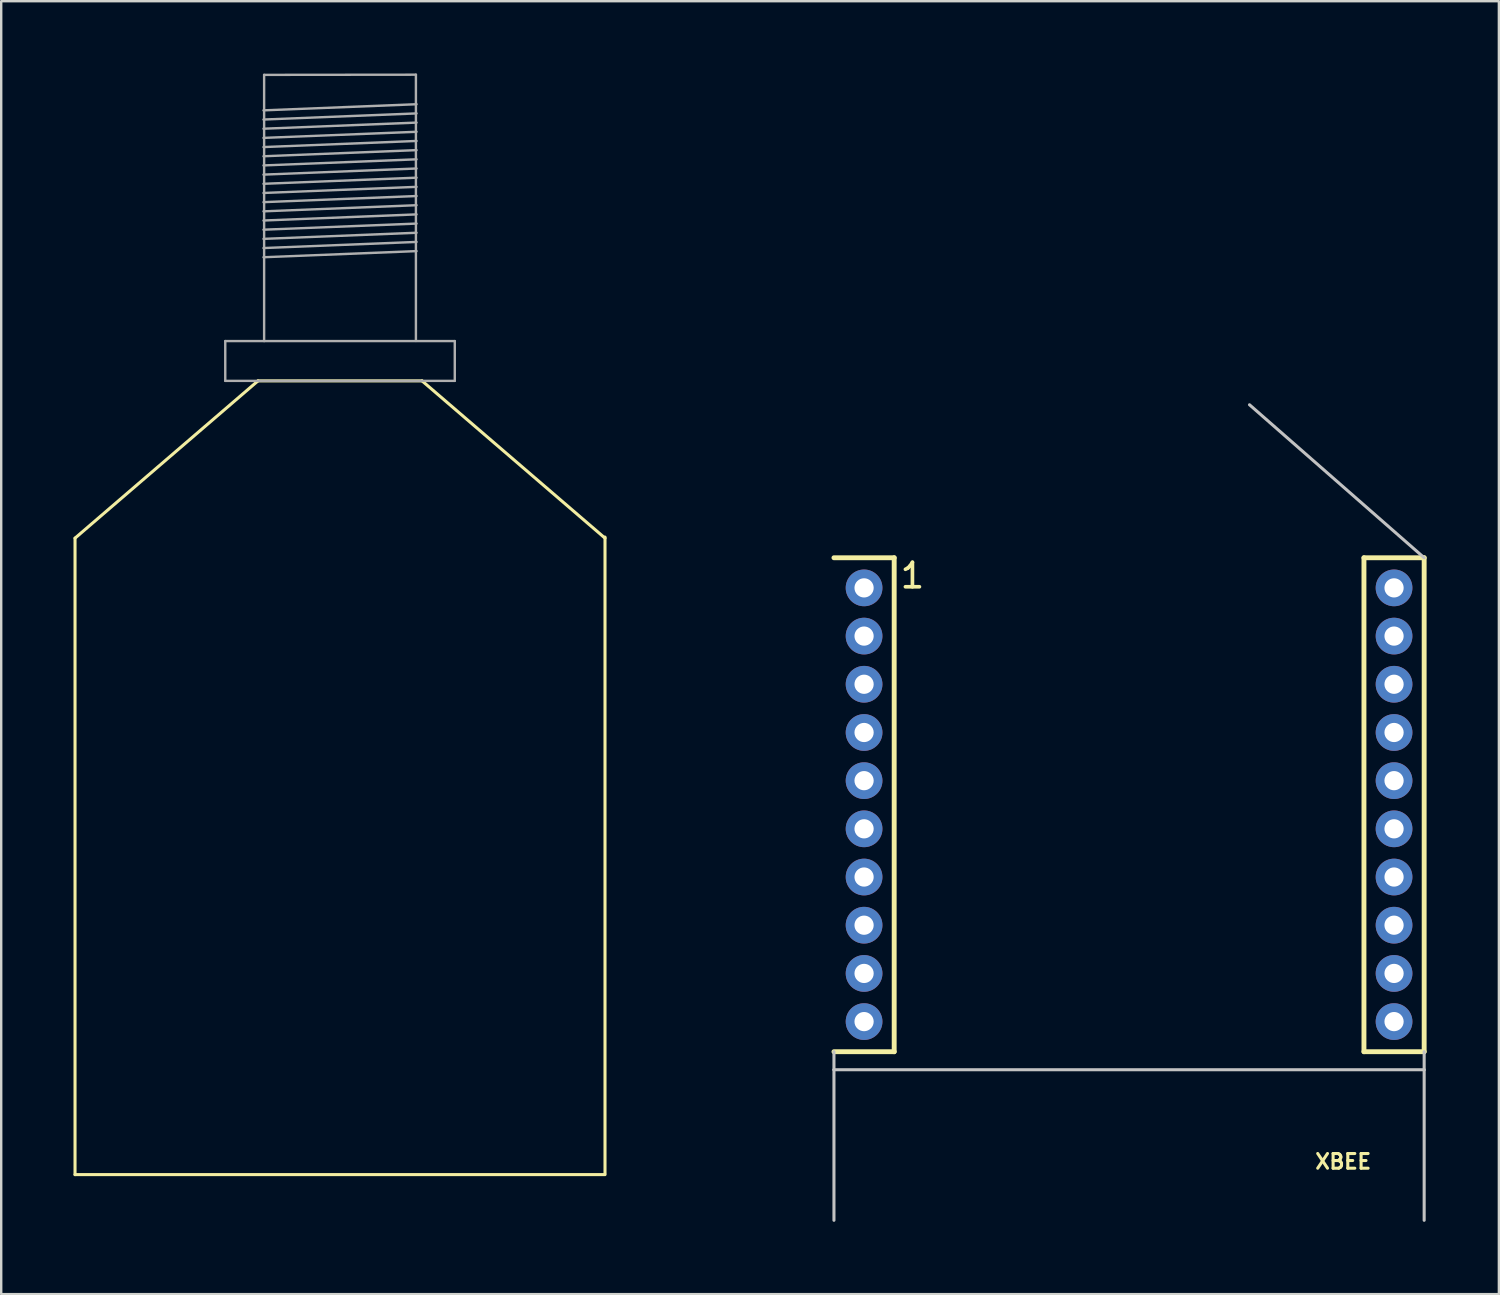
<source format=kicad_pcb>
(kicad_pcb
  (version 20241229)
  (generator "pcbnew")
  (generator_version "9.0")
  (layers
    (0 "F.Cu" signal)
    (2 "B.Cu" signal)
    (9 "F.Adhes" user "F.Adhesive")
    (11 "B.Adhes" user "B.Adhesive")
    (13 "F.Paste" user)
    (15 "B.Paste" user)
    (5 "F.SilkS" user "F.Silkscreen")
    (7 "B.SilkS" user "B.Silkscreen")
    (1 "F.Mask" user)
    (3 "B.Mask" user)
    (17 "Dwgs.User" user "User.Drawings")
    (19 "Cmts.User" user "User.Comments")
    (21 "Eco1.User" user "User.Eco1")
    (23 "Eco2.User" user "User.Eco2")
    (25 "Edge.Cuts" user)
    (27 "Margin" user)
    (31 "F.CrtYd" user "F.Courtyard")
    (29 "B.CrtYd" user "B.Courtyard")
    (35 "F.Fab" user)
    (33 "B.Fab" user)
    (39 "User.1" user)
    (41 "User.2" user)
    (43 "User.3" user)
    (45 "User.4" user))
  (footprint "XBEE"
    (layer "F.Cu")
    (at 11.062 45.701)
    (property "Reference" "XBEE" (at 41.638 -0.542 0) (layer "F.SilkS") (effects (font (size 0.61 0.61) (thickness 0.127))))
    (attr exclude_from_pos_files exclude_from_bom)
    (fp_line (start -10.998 -26.416) (end -10.998 0) (stroke (width 0.127) (type solid)) (layer "F.SilkS"))
    (fp_line (start -10.998 -26.416) (end -3.404 -32.944) (stroke (width 0.127) (type solid)) (layer "F.SilkS"))
    (fp_line (start -10.998 0) (end 10.998 0) (stroke (width 0.127) (type solid)) (layer "F.SilkS"))
    (fp_line (start -3.404 -32.944) (end 3.404 -32.944) (stroke (width 0.127) (type solid)) (layer "F.SilkS"))
    (fp_line (start 10.998 -26.46) (end 10.998 -0.044) (stroke (width 0.127) (type solid)) (layer "F.SilkS"))
    (fp_line (start 10.998 -26.416) (end 3.404 -32.944) (stroke (width 0.127) (type solid)) (layer "F.SilkS"))
    (fp_line (start 20.5 -5.101) (end 23 -5.101) (stroke (width 0.203) (type solid)) (layer "F.SilkS"))
    (fp_line (start 23 -25.602) (end 20.5 -25.602) (stroke (width 0.203) (type solid)) (layer "F.SilkS"))
    (fp_line (start 23 -25.602) (end 23 -5.101) (stroke (width 0.203) (type solid)) (layer "F.SilkS"))
    (fp_line (start 42.497 -25.602) (end 42.497 -5.101) (stroke (width 0.203) (type solid)) (layer "F.SilkS"))
    (fp_line (start 42.497 -25.602) (end 44.996 -25.602) (stroke (width 0.203) (type solid)) (layer "F.SilkS"))
    (fp_line (start 44.996 -25.602) (end 44.996 -5.101) (stroke (width 0.203) (type solid)) (layer "F.SilkS"))
    (fp_line (start 44.996 -5.101) (end 42.497 -5.101) (stroke (width 0.203) (type solid)) (layer "F.SilkS"))
    (fp_line (start 20.5 -5.101) (end 20.5 -4.352) (stroke (width 0.127) (type solid)) (layer "Dwgs.User"))
    (fp_line (start 20.5 -4.352) (end 20.5 1.896) (stroke (width 0.127) (type solid)) (layer "Dwgs.User"))
    (fp_line (start 20.5 -4.352) (end 44.996 -4.352) (stroke (width 0.127) (type solid)) (layer "Dwgs.User"))
    (fp_line (start 44.996 -25.602) (end 37.747 -31.952) (stroke (width 0.127) (type solid)) (layer "Dwgs.User"))
    (fp_line (start 44.996 -5.101) (end 44.996 -4.352) (stroke (width 0.127) (type solid)) (layer "Dwgs.User"))
    (fp_line (start 44.996 -4.352) (end 44.996 1.896) (stroke (width 0.127) (type solid)) (layer "Dwgs.User"))
    (fp_line (start -4.763 -34.595) (end -4.763 -32.944) (stroke (width 0.1) (type default)) (layer "F.Fab"))
    (fp_line (start -4.763 -34.595) (end 4.763 -34.595) (stroke (width 0.1) (type default)) (layer "F.Fab"))
    (fp_line (start -4.763 -32.944) (end 4.763 -32.944) (stroke (width 0.1) (type default)) (layer "F.Fab"))
    (fp_line (start -3.175 -44.171) (end 3.175 -44.425) (stroke (width 0.1) (type default)) (layer "F.Fab"))
    (fp_line (start -3.175 -43.79) (end 3.175 -44.044) (stroke (width 0.1) (type default)) (layer "F.Fab"))
    (fp_line (start -3.175 -43.409) (end 3.175 -43.663) (stroke (width 0.1) (type default)) (layer "F.Fab"))
    (fp_line (start -3.175 -43.028) (end 3.175 -43.282) (stroke (width 0.1) (type default)) (layer "F.Fab"))
    (fp_line (start -3.175 -42.647) (end 3.175 -42.901) (stroke (width 0.1) (type default)) (layer "F.Fab"))
    (fp_line (start -3.175 -42.266) (end 3.175 -42.52) (stroke (width 0.1) (type default)) (layer "F.Fab"))
    (fp_line (start -3.175 -41.885) (end 3.175 -42.139) (stroke (width 0.1) (type default)) (layer "F.Fab"))
    (fp_line (start -3.175 -41.504) (end 3.175 -41.758) (stroke (width 0.1) (type default)) (layer "F.Fab"))
    (fp_line (start -3.175 -41.123) (end 3.175 -41.377) (stroke (width 0.1) (type default)) (layer "F.Fab"))
    (fp_line (start -3.175 -40.742) (end 3.175 -40.996) (stroke (width 0.1) (type default)) (layer "F.Fab"))
    (fp_line (start -3.175 -40.361) (end 3.175 -40.615) (stroke (width 0.1) (type default)) (layer "F.Fab"))
    (fp_line (start -3.175 -39.98) (end 3.175 -40.234) (stroke (width 0.1) (type default)) (layer "F.Fab"))
    (fp_line (start -3.175 -39.599) (end 3.175 -39.853) (stroke (width 0.1) (type default)) (layer "F.Fab"))
    (fp_line (start -3.175 -39.218) (end 3.175 -39.472) (stroke (width 0.1) (type default)) (layer "F.Fab"))
    (fp_line (start -3.175 -38.837) (end 3.175 -39.091) (stroke (width 0.1) (type default)) (layer "F.Fab"))
    (fp_line (start -3.175 -38.456) (end 3.175 -38.71) (stroke (width 0.1) (type default)) (layer "F.Fab"))
    (fp_line (start -3.175 -38.075) (end 3.175 -38.329) (stroke (width 0.1) (type default)) (layer "F.Fab"))
    (fp_line (start -3.15 -45.644) (end 3.15 -45.651) (stroke (width 0.1) (type default)) (layer "F.Fab"))
    (fp_line (start -3.15 -34.595) (end -3.15 -45.644) (stroke (width 0.1) (type default)) (layer "F.Fab"))
    (fp_line (start 3.15 -34.602) (end 3.15 -45.651) (stroke (width 0.1) (type default)) (layer "F.Fab"))
    (fp_line (start 4.763 -34.595) (end 4.763 -32.944) (stroke (width 0.1) (type default)) (layer "F.Fab"))
    (fp_text user "1" (at 23.757 -24.86 0) (layer "F.SilkS") (effects (font (size 1.016 1.016) (thickness 0.152))))
    (pad "1" thru_hole circle (at 21.75 -24.352) (size 1.524 1.524) (drill 0.798) (layers "*.Cu" "*.Mask"))
    (pad "2" thru_hole circle (at 21.75 -22.351) (size 1.524 1.524) (drill 0.798) (layers "*.Cu" "*.Mask"))
    (pad "3" thru_hole circle (at 21.75 -20.352) (size 1.524 1.524) (drill 0.798) (layers "*.Cu" "*.Mask"))
    (pad "4" thru_hole circle (at 21.75 -18.35) (size 1.524 1.524) (drill 0.798) (layers "*.Cu" "*.Mask"))
    (pad "5" thru_hole circle (at 21.75 -16.351) (size 1.524 1.524) (drill 0.798) (layers "*.Cu" "*.Mask"))
    (pad "6" thru_hole circle (at 21.75 -14.352) (size 1.524 1.524) (drill 0.798) (layers "*.Cu" "*.Mask"))
    (pad "7" thru_hole circle (at 21.75 -12.351) (size 1.524 1.524) (drill 0.798) (layers "*.Cu" "*.Mask"))
    (pad "8" thru_hole circle (at 21.75 -10.352) (size 1.524 1.524) (drill 0.798) (layers "*.Cu" "*.Mask"))
    (pad "9" thru_hole circle (at 21.75 -8.35) (size 1.524 1.524) (drill 0.798) (layers "*.Cu" "*.Mask"))
    (pad "10" thru_hole circle (at 21.75 -6.351) (size 1.524 1.524) (drill 0.798) (layers "*.Cu" "*.Mask"))
    (pad "11" thru_hole circle (at 43.746 -6.351) (size 1.524 1.524) (drill 0.798) (layers "*.Cu" "*.Mask"))
    (pad "12" thru_hole circle (at 43.746 -8.35) (size 1.524 1.524) (drill 0.798) (layers "*.Cu" "*.Mask"))
    (pad "13" thru_hole circle (at 43.746 -10.352) (size 1.524 1.524) (drill 0.798) (layers "*.Cu" "*.Mask"))
    (pad "14" thru_hole circle (at 43.746 -12.351) (size 1.524 1.524) (drill 0.798) (layers "*.Cu" "*.Mask"))
    (pad "15" thru_hole circle (at 43.746 -14.352) (size 1.524 1.524) (drill 0.798) (layers "*.Cu" "*.Mask"))
    (pad "16" thru_hole circle (at 43.746 -16.351) (size 1.524 1.524) (drill 0.798) (layers "*.Cu" "*.Mask"))
    (pad "17" thru_hole circle (at 43.746 -18.35) (size 1.524 1.524) (drill 0.798) (layers "*.Cu" "*.Mask"))
    (pad "18" thru_hole circle (at 43.746 -20.352) (size 1.524 1.524) (drill 0.798) (layers "*.Cu" "*.Mask"))
    (pad "19" thru_hole circle (at 43.746 -22.351) (size 1.524 1.524) (drill 0.798) (layers "*.Cu" "*.Mask"))
    (pad "20" thru_hole circle (at 43.746 -24.352) (size 1.524 1.524) (drill 0.798) (layers "*.Cu" "*.Mask")))
  (gr_rect
    (start -3 -3)
    (end 59.159 50.661)
    (stroke (width 0.1) (type default))
    (fill no)
    (layer "Edge.Cuts")))
</source>
